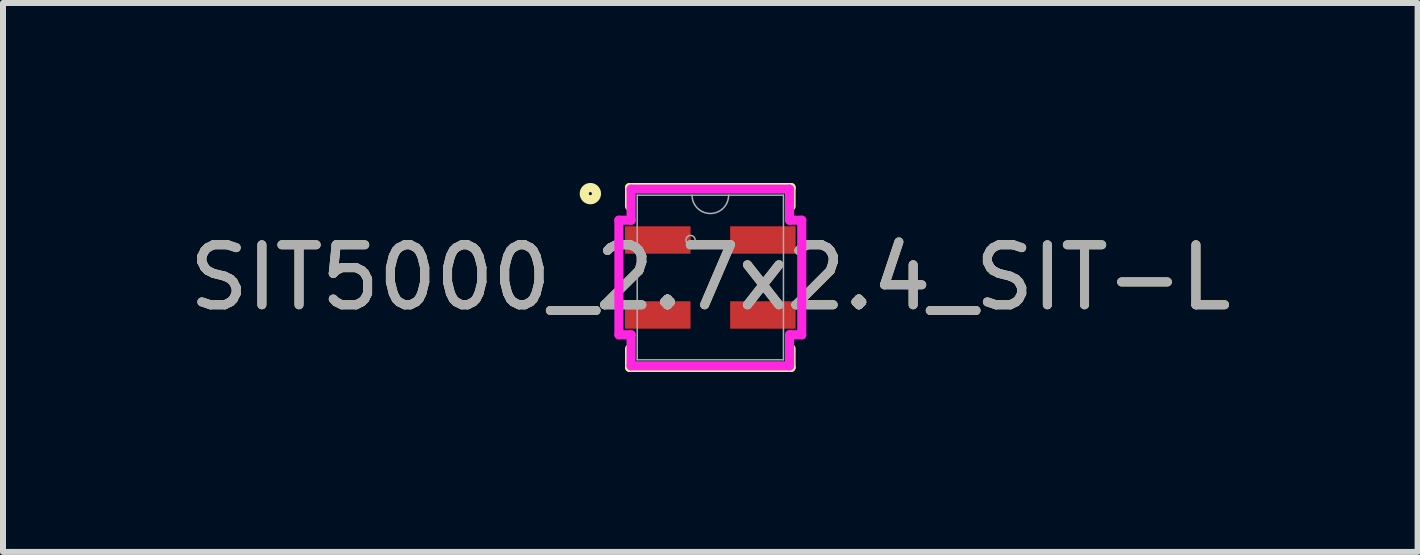
<source format=kicad_pcb>
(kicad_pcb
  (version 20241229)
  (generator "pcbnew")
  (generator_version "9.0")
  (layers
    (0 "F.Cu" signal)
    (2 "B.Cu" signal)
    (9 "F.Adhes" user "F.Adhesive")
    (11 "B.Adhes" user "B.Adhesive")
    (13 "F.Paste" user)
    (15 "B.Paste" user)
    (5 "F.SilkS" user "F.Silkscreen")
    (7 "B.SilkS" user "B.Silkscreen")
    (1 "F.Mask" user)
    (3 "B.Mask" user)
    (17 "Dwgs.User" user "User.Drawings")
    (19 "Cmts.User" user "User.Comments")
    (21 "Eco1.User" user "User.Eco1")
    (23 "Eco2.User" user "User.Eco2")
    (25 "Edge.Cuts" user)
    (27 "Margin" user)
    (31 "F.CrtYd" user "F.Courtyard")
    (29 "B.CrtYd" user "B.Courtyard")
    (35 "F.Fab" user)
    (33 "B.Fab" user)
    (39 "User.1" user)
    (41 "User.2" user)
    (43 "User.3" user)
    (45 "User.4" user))
  (footprint "SIT5000_2.7x2.4_SIT-L"
    (layer "F.Cu")
    (at 8.792 1.576)
    (property "Reference" "SIT5000_2.7x2.4_SIT-L" (at 0 0 0) (unlocked yes) (layer "F.SilkS") (effects (font (size 1 1) (thickness 0.15))))
    (attr smd)
    (fp_line (start -1.346 -1.499) (end -1.346 -1.186) (stroke (width 0.152) (type solid)) (layer "F.SilkS"))
    (fp_line (start -1.346 1.186) (end -1.346 1.499) (stroke (width 0.152) (type solid)) (layer "F.SilkS"))
    (fp_line (start -1.346 1.499) (end 1.346 1.499) (stroke (width 0.152) (type solid)) (layer "F.SilkS"))
    (fp_line (start 1.346 -1.499) (end -1.346 -1.499) (stroke (width 0.152) (type solid)) (layer "F.SilkS"))
    (fp_line (start 1.346 -1.186) (end 1.346 -1.499) (stroke (width 0.152) (type solid)) (layer "F.SilkS"))
    (fp_line (start 1.346 1.499) (end 1.346 1.186) (stroke (width 0.152) (type solid)) (layer "F.SilkS"))
    (fp_circle (center -2 -1.398) (end -1.898 -1.398) (stroke (width 0.152) (type solid)) (fill no) (layer "F.SilkS"))
    (fp_line (start -1.524 -0.955) (end -1.321 -0.955) (stroke (width 0.152) (type solid)) (layer "F.CrtYd"))
    (fp_line (start -1.524 0.955) (end -1.524 -0.955) (stroke (width 0.152) (type solid)) (layer "F.CrtYd"))
    (fp_line (start -1.524 0.955) (end -1.321 0.955) (stroke (width 0.152) (type solid)) (layer "F.CrtYd"))
    (fp_line (start -1.321 -1.473) (end 1.321 -1.473) (stroke (width 0.152) (type solid)) (layer "F.CrtYd"))
    (fp_line (start -1.321 -0.955) (end -1.321 -1.473) (stroke (width 0.152) (type solid)) (layer "F.CrtYd"))
    (fp_line (start -1.321 1.473) (end -1.321 0.955) (stroke (width 0.152) (type solid)) (layer "F.CrtYd"))
    (fp_line (start 1.321 -1.473) (end 1.321 -0.955) (stroke (width 0.152) (type solid)) (layer "F.CrtYd"))
    (fp_line (start 1.321 0.955) (end 1.321 1.473) (stroke (width 0.152) (type solid)) (layer "F.CrtYd"))
    (fp_line (start 1.321 1.473) (end -1.321 1.473) (stroke (width 0.152) (type solid)) (layer "F.CrtYd"))
    (fp_line (start 1.524 -0.955) (end 1.321 -0.955) (stroke (width 0.152) (type solid)) (layer "F.CrtYd"))
    (fp_line (start 1.524 -0.955) (end 1.524 0.955) (stroke (width 0.152) (type solid)) (layer "F.CrtYd"))
    (fp_line (start 1.524 0.955) (end 1.321 0.955) (stroke (width 0.152) (type solid)) (layer "F.CrtYd"))
    (fp_line (start -1.219 -1.372) (end -1.219 1.372) (stroke (width 0.025) (type solid)) (layer "F.Fab"))
    (fp_line (start -1.219 1.372) (end 1.219 1.372) (stroke (width 0.025) (type solid)) (layer "F.Fab"))
    (fp_line (start 1.219 -1.372) (end -1.219 -1.372) (stroke (width 0.025) (type solid)) (layer "F.Fab"))
    (fp_line (start 1.219 1.372) (end 1.219 -1.372) (stroke (width 0.025) (type solid)) (layer "F.Fab"))
    (fp_arc (start 0.3048 -1.3716) (mid 0 -1.0668) (end -0.3048 -1.3716) (stroke (width 0.0254) (type solid)) (layer "F.Fab"))
    (fp_circle (center -0.33 -0.625) (end -0.254 -0.625) (stroke (width 0.025) (type solid)) (fill no) (layer "F.Fab"))
    (fp_text user "${REFERENCE}" (at 0 0 0) (unlocked yes) (layer "F.Fab") (effects (font (size 1 1) (thickness 0.15))))
    (pad "1" smd rect (at -0.876 -0.625) (size 1.092 0.457) (layers "F.Cu" "F.Mask" "F.Paste"))
    (pad "2" smd rect (at -0.876 0.625) (size 1.092 0.457) (layers "F.Cu" "F.Mask" "F.Paste"))
    (pad "3" smd rect (at 0.876 0.625) (size 1.092 0.457) (layers "F.Cu" "F.Mask" "F.Paste"))
    (pad "4" smd rect (at 0.876 -0.625) (size 1.092 0.457) (layers "F.Cu" "F.Mask" "F.Paste")))
  (gr_rect
    (start -3 -3)
    (end 20.583 6.151)
    (stroke (width 0.1) (type default))
    (fill no)
    (layer "Edge.Cuts")))
</source>
